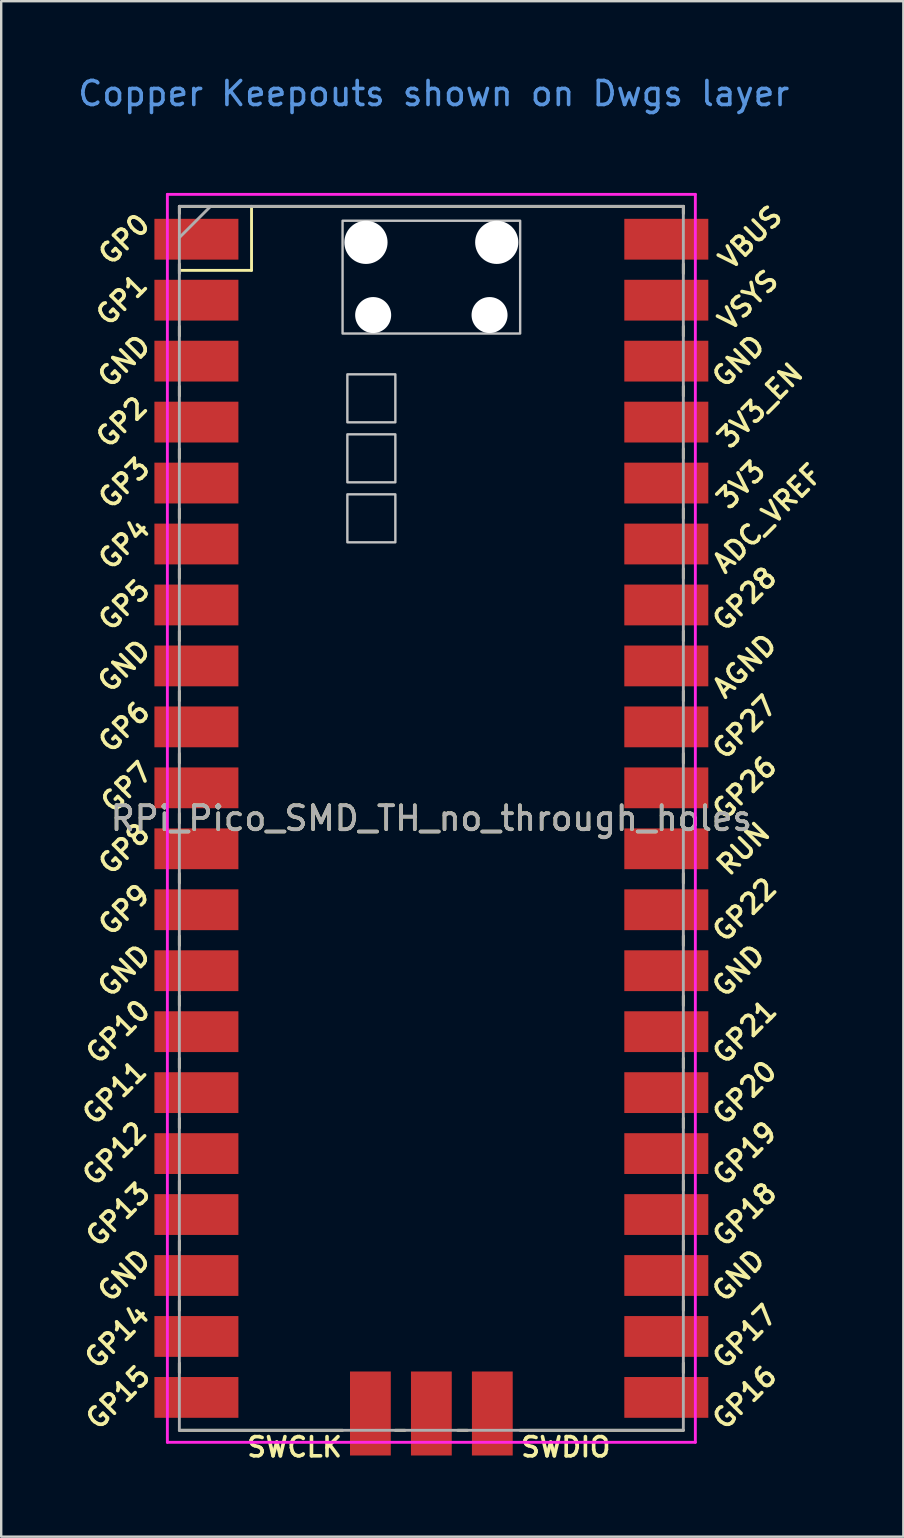
<source format=kicad_pcb>
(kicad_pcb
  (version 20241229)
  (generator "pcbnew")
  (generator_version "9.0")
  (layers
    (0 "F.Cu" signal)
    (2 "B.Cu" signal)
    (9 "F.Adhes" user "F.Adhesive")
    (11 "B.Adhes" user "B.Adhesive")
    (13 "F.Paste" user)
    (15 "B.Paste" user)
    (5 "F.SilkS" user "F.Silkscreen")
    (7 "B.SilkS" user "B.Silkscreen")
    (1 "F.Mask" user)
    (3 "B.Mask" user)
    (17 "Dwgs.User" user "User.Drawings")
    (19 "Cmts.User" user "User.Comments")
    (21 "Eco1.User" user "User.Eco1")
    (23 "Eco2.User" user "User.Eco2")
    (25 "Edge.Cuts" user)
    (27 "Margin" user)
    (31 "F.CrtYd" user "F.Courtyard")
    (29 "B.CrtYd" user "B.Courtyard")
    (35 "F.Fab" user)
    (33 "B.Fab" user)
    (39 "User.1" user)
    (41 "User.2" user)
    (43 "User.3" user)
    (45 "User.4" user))
  (footprint "RPi_Pico_SMD_TH_no_through_holes"
    (layer "F.Cu")
    (at 14.924 31.048)
    (property "Reference" "RPi_Pico_SMD_TH_no_through_holes" (at 0 0 0) (layer "F.SilkS") (effects (font (size 1 1) (thickness 0.15))))
    (attr through_hole)
    (fp_line (start -10.5 -25.5) (end -10.5 -25.2) (stroke (width 0.12) (type solid)) (layer "F.SilkS"))
    (fp_line (start -10.5 -25.5) (end 10.5 -25.5) (stroke (width 0.12) (type solid)) (layer "F.SilkS"))
    (fp_line (start -10.5 -23.1) (end -10.5 -22.7) (stroke (width 0.12) (type solid)) (layer "F.SilkS"))
    (fp_line (start -10.5 -22.833) (end -7.493 -22.833) (stroke (width 0.12) (type solid)) (layer "F.SilkS"))
    (fp_line (start -10.5 -20.5) (end -10.5 -20.1) (stroke (width 0.12) (type solid)) (layer "F.SilkS"))
    (fp_line (start -10.5 -18) (end -10.5 -17.6) (stroke (width 0.12) (type solid)) (layer "F.SilkS"))
    (fp_line (start -10.5 -15.4) (end -10.5 -15) (stroke (width 0.12) (type solid)) (layer "F.SilkS"))
    (fp_line (start -10.5 -12.9) (end -10.5 -12.5) (stroke (width 0.12) (type solid)) (layer "F.SilkS"))
    (fp_line (start -10.5 -10.4) (end -10.5 -10) (stroke (width 0.12) (type solid)) (layer "F.SilkS"))
    (fp_line (start -10.5 -7.8) (end -10.5 -7.4) (stroke (width 0.12) (type solid)) (layer "F.SilkS"))
    (fp_line (start -10.5 -5.3) (end -10.5 -4.9) (stroke (width 0.12) (type solid)) (layer "F.SilkS"))
    (fp_line (start -10.5 -2.7) (end -10.5 -2.3) (stroke (width 0.12) (type solid)) (layer "F.SilkS"))
    (fp_line (start -10.5 -0.2) (end -10.5 0.2) (stroke (width 0.12) (type solid)) (layer "F.SilkS"))
    (fp_line (start -10.5 2.3) (end -10.5 2.7) (stroke (width 0.12) (type solid)) (layer "F.SilkS"))
    (fp_line (start -10.5 4.9) (end -10.5 5.3) (stroke (width 0.12) (type solid)) (layer "F.SilkS"))
    (fp_line (start -10.5 7.4) (end -10.5 7.8) (stroke (width 0.12) (type solid)) (layer "F.SilkS"))
    (fp_line (start -10.5 10) (end -10.5 10.4) (stroke (width 0.12) (type solid)) (layer "F.SilkS"))
    (fp_line (start -10.5 12.5) (end -10.5 12.9) (stroke (width 0.12) (type solid)) (layer "F.SilkS"))
    (fp_line (start -10.5 15.1) (end -10.5 15.5) (stroke (width 0.12) (type solid)) (layer "F.SilkS"))
    (fp_line (start -10.5 17.6) (end -10.5 18) (stroke (width 0.12) (type solid)) (layer "F.SilkS"))
    (fp_line (start -10.5 20.1) (end -10.5 20.5) (stroke (width 0.12) (type solid)) (layer "F.SilkS"))
    (fp_line (start -10.5 22.7) (end -10.5 23.1) (stroke (width 0.12) (type solid)) (layer "F.SilkS"))
    (fp_line (start -7.493 -22.833) (end -7.493 -25.5) (stroke (width 0.12) (type solid)) (layer "F.SilkS"))
    (fp_line (start -3.7 25.5) (end -10.5 25.5) (stroke (width 0.12) (type solid)) (layer "F.SilkS"))
    (fp_line (start -1.5 25.5) (end -1.1 25.5) (stroke (width 0.12) (type solid)) (layer "F.SilkS"))
    (fp_line (start 1.1 25.5) (end 1.5 25.5) (stroke (width 0.12) (type solid)) (layer "F.SilkS"))
    (fp_line (start 10.5 -25.5) (end 10.5 -25.2) (stroke (width 0.12) (type solid)) (layer "F.SilkS"))
    (fp_line (start 10.5 -23.1) (end 10.5 -22.7) (stroke (width 0.12) (type solid)) (layer "F.SilkS"))
    (fp_line (start 10.5 -20.5) (end 10.5 -20.1) (stroke (width 0.12) (type solid)) (layer "F.SilkS"))
    (fp_line (start 10.5 -18) (end 10.5 -17.6) (stroke (width 0.12) (type solid)) (layer "F.SilkS"))
    (fp_line (start 10.5 -15.4) (end 10.5 -15) (stroke (width 0.12) (type solid)) (layer "F.SilkS"))
    (fp_line (start 10.5 -12.9) (end 10.5 -12.5) (stroke (width 0.12) (type solid)) (layer "F.SilkS"))
    (fp_line (start 10.5 -10.4) (end 10.5 -10) (stroke (width 0.12) (type solid)) (layer "F.SilkS"))
    (fp_line (start 10.5 -7.8) (end 10.5 -7.4) (stroke (width 0.12) (type solid)) (layer "F.SilkS"))
    (fp_line (start 10.5 -5.3) (end 10.5 -4.9) (stroke (width 0.12) (type solid)) (layer "F.SilkS"))
    (fp_line (start 10.5 -2.7) (end 10.5 -2.3) (stroke (width 0.12) (type solid)) (layer "F.SilkS"))
    (fp_line (start 10.5 -0.2) (end 10.5 0.2) (stroke (width 0.12) (type solid)) (layer "F.SilkS"))
    (fp_line (start 10.5 2.3) (end 10.5 2.7) (stroke (width 0.12) (type solid)) (layer "F.SilkS"))
    (fp_line (start 10.5 4.9) (end 10.5 5.3) (stroke (width 0.12) (type solid)) (layer "F.SilkS"))
    (fp_line (start 10.5 7.4) (end 10.5 7.8) (stroke (width 0.12) (type solid)) (layer "F.SilkS"))
    (fp_line (start 10.5 10) (end 10.5 10.4) (stroke (width 0.12) (type solid)) (layer "F.SilkS"))
    (fp_line (start 10.5 12.5) (end 10.5 12.9) (stroke (width 0.12) (type solid)) (layer "F.SilkS"))
    (fp_line (start 10.5 15.1) (end 10.5 15.5) (stroke (width 0.12) (type solid)) (layer "F.SilkS"))
    (fp_line (start 10.5 17.6) (end 10.5 18) (stroke (width 0.12) (type solid)) (layer "F.SilkS"))
    (fp_line (start 10.5 20.1) (end 10.5 20.5) (stroke (width 0.12) (type solid)) (layer "F.SilkS"))
    (fp_line (start 10.5 22.7) (end 10.5 23.1) (stroke (width 0.12) (type solid)) (layer "F.SilkS"))
    (fp_line (start 10.5 25.5) (end 3.7 25.5) (stroke (width 0.12) (type solid)) (layer "F.SilkS"))
    (fp_poly (pts (xy -1.5 -16.5) (xy -3.5 -16.5) (xy -3.5 -18.5) (xy -1.5 -18.5)) (stroke (width 0.1) (type solid)) (fill no) (layer "Dwgs.User"))
    (fp_poly (pts (xy -1.5 -14) (xy -3.5 -14) (xy -3.5 -16) (xy -1.5 -16)) (stroke (width 0.1) (type solid)) (fill no) (layer "Dwgs.User"))
    (fp_poly (pts (xy -1.5 -11.5) (xy -3.5 -11.5) (xy -3.5 -13.5) (xy -1.5 -13.5)) (stroke (width 0.1) (type solid)) (fill no) (layer "Dwgs.User"))
    (fp_poly (pts (xy 3.7 -20.2) (xy -3.7 -20.2) (xy -3.7 -24.9) (xy 3.7 -24.9)) (stroke (width 0.1) (type solid)) (fill no) (layer "Dwgs.User"))
    (fp_line (start -11 -26) (end 11 -26) (stroke (width 0.12) (type solid)) (layer "F.CrtYd"))
    (fp_line (start -11 26) (end -11 -26) (stroke (width 0.12) (type solid)) (layer "F.CrtYd"))
    (fp_line (start 11 -26) (end 11 26) (stroke (width 0.12) (type solid)) (layer "F.CrtYd"))
    (fp_line (start 11 26) (end -11 26) (stroke (width 0.12) (type solid)) (layer "F.CrtYd"))
    (fp_line (start -10.5 -25.5) (end 10.5 -25.5) (stroke (width 0.12) (type solid)) (layer "F.Fab"))
    (fp_line (start -10.5 -24.2) (end -9.2 -25.5) (stroke (width 0.12) (type solid)) (layer "F.Fab"))
    (fp_line (start -10.5 25.5) (end -10.5 -25.5) (stroke (width 0.12) (type solid)) (layer "F.Fab"))
    (fp_line (start 10.5 -25.5) (end 10.5 25.5) (stroke (width 0.12) (type solid)) (layer "F.Fab"))
    (fp_line (start 10.5 25.5) (end -10.5 25.5) (stroke (width 0.12) (type solid)) (layer "F.Fab"))
    (fp_text user "GP0" (at -12.8 -24.13 45) (layer "F.SilkS") (effects (font (size 0.8 0.8) (thickness 0.15))))
    (fp_text user "GND" (at -12.8 -6.35 45) (layer "F.SilkS") (effects (font (size 0.8 0.8) (thickness 0.15))))
    (fp_text user "GP28" (at 13.054 -9.144 45) (layer "F.SilkS") (effects (font (size 0.8 0.8) (thickness 0.15))))
    (fp_text user "RUN" (at 13 1.27 45) (layer "F.SilkS") (effects (font (size 0.8 0.8) (thickness 0.15))))
    (fp_text user "GP26" (at 13.054 -1.27 45) (layer "F.SilkS") (effects (font (size 0.8 0.8) (thickness 0.15))))
    (fp_text user "GP27" (at 13.054 -3.8 45) (layer "F.SilkS") (effects (font (size 0.8 0.8) (thickness 0.15))))
    (fp_text user "GP2" (at -12.9 -16.51 45) (layer "F.SilkS") (effects (font (size 0.8 0.8) (thickness 0.15))))
    (fp_text user "SWCLK" (at -5.7 26.2 0) (layer "F.SilkS") (effects (font (size 0.8 0.8) (thickness 0.15))))
    (fp_text user "GP15" (at -13.054 24.13 45) (layer "F.SilkS") (effects (font (size 0.8 0.8) (thickness 0.15))))
    (fp_text user "GP20" (at 13.054 11.43 45) (layer "F.SilkS") (effects (font (size 0.8 0.8) (thickness 0.15))))
    (fp_text user "GP10" (at -13.054 8.89 45) (layer "F.SilkS") (effects (font (size 0.8 0.8) (thickness 0.15))))
    (fp_text user "GP8" (at -12.8 1.27 45) (layer "F.SilkS") (effects (font (size 0.8 0.8) (thickness 0.15))))
    (fp_text user "GP13" (at -13.054 16.51 45) (layer "F.SilkS") (effects (font (size 0.8 0.8) (thickness 0.15))))
    (fp_text user "GP4" (at -12.8 -11.43 45) (layer "F.SilkS") (effects (font (size 0.8 0.8) (thickness 0.15))))
    (fp_text user "GP17" (at 13.054 21.59 45) (layer "F.SilkS") (effects (font (size 0.8 0.8) (thickness 0.15))))
    (fp_text user "GP7" (at -12.7 -1.3 45) (layer "F.SilkS") (effects (font (size 0.8 0.8) (thickness 0.15))))
    (fp_text user "GND" (at -12.8 -19.05 45) (layer "F.SilkS") (effects (font (size 0.8 0.8) (thickness 0.15))))
    (fp_text user "GND" (at 12.8 6.35 45) (layer "F.SilkS") (effects (font (size 0.8 0.8) (thickness 0.15))))
    (fp_text user "VBUS" (at 13.3 -24.2 45) (layer "F.SilkS") (effects (font (size 0.8 0.8) (thickness 0.15))))
    (fp_text user "GP5" (at -12.8 -8.89 45) (layer "F.SilkS") (effects (font (size 0.8 0.8) (thickness 0.15))))
    (fp_text user "ADC_VREF" (at 14 -12.5 45) (layer "F.SilkS") (effects (font (size 0.8 0.8) (thickness 0.15))))
    (fp_text user "GP12" (at -13.2 13.97 45) (layer "F.SilkS") (effects (font (size 0.8 0.8) (thickness 0.15))))
    (fp_text user "SWDIO" (at 5.6 26.2 0) (layer "F.SilkS") (effects (font (size 0.8 0.8) (thickness 0.15))))
    (fp_text user "GND" (at -12.8 19.05 45) (layer "F.SilkS") (effects (font (size 0.8 0.8) (thickness 0.15))))
    (fp_text user "GP21" (at 13.054 8.9 45) (layer "F.SilkS") (effects (font (size 0.8 0.8) (thickness 0.15))))
    (fp_text user "GND" (at 12.8 -19.05 45) (layer "F.SilkS") (effects (font (size 0.8 0.8) (thickness 0.15))))
    (fp_text user "AGND" (at 13.054 -6.35 45) (layer "F.SilkS") (effects (font (size 0.8 0.8) (thickness 0.15))))
    (fp_text user "GP19" (at 13.054 13.97 45) (layer "F.SilkS") (effects (font (size 0.8 0.8) (thickness 0.15))))
    (fp_text user "GP18" (at 13.054 16.51 45) (layer "F.SilkS") (effects (font (size 0.8 0.8) (thickness 0.15))))
    (fp_text user "GP22" (at 13.054 3.81 45) (layer "F.SilkS") (effects (font (size 0.8 0.8) (thickness 0.15))))
    (fp_text user "GP3" (at -12.8 -13.97 45) (layer "F.SilkS") (effects (font (size 0.8 0.8) (thickness 0.15))))
    (fp_text user "GND" (at 12.8 19.05 45) (layer "F.SilkS") (effects (font (size 0.8 0.8) (thickness 0.15))))
    (fp_text user "GP11" (at -13.2 11.43 45) (layer "F.SilkS") (effects (font (size 0.8 0.8) (thickness 0.15))))
    (fp_text user "GND" (at -12.8 6.35 45) (layer "F.SilkS") (effects (font (size 0.8 0.8) (thickness 0.15))))
    (fp_text user "VSYS" (at 13.2 -21.59 45) (layer "F.SilkS") (effects (font (size 0.8 0.8) (thickness 0.15))))
    (fp_text user "GP6" (at -12.8 -3.81 45) (layer "F.SilkS") (effects (font (size 0.8 0.8) (thickness 0.15))))
    (fp_text user "GP9" (at -12.8 3.81 45) (layer "F.SilkS") (effects (font (size 0.8 0.8) (thickness 0.15))))
    (fp_text user "GP14" (at -13.1 21.59 45) (layer "F.SilkS") (effects (font (size 0.8 0.8) (thickness 0.15))))
    (fp_text user "3V3_EN" (at 13.7 -17.2 45) (layer "F.SilkS") (effects (font (size 0.8 0.8) (thickness 0.15))))
    (fp_text user "3V3" (at 12.9 -13.9 45) (layer "F.SilkS") (effects (font (size 0.8 0.8) (thickness 0.15))))
    (fp_text user "GP16" (at 13.054 24.13 45) (layer "F.SilkS") (effects (font (size 0.8 0.8) (thickness 0.15))))
    (fp_text user "GP1" (at -12.9 -21.6 45) (layer "F.SilkS") (effects (font (size 0.8 0.8) (thickness 0.15))))
    (fp_text user "Copper Keepouts shown on Dwgs layer" (at 0.1 -30.2 0) (layer "Cmts.User") (effects (font (size 1 1) (thickness 0.15))))
    (fp_text user "${REFERENCE}" (at 0 0 180) (layer "F.Fab") (effects (font (size 1 1) (thickness 0.15))))
    (pad "" np_thru_hole oval (at -2.725 -24) (size 1.8 1.8) (drill 1.8) (layers "*.Cu" "*.Mask"))
    (pad "" np_thru_hole oval (at -2.425 -20.97) (size 1.5 1.5) (drill 1.5) (layers "*.Cu" "*.Mask"))
    (pad "" np_thru_hole oval (at 2.425 -20.97) (size 1.5 1.5) (drill 1.5) (layers "*.Cu" "*.Mask"))
    (pad "" np_thru_hole oval (at 2.725 -24) (size 1.8 1.8) (drill 1.8) (layers "*.Cu" "*.Mask"))
    (pad "1" smd rect (at -8.89 -24.13) (size 3.5 1.7) (drill (offset -0.9 0)) (layers "F.Cu" "F.Mask"))
    (pad "2" smd rect (at -8.89 -21.59) (size 3.5 1.7) (drill (offset -0.9 0)) (layers "F.Cu" "F.Mask"))
    (pad "3" smd rect (at -8.89 -19.05) (size 3.5 1.7) (drill (offset -0.9 0)) (layers "F.Cu" "F.Mask"))
    (pad "4" smd rect (at -8.89 -16.51) (size 3.5 1.7) (drill (offset -0.9 0)) (layers "F.Cu" "F.Mask"))
    (pad "5" smd rect (at -8.89 -13.97) (size 3.5 1.7) (drill (offset -0.9 0)) (layers "F.Cu" "F.Mask"))
    (pad "6" smd rect (at -8.89 -11.43) (size 3.5 1.7) (drill (offset -0.9 0)) (layers "F.Cu" "F.Mask"))
    (pad "7" smd rect (at -8.89 -8.89) (size 3.5 1.7) (drill (offset -0.9 0)) (layers "F.Cu" "F.Mask"))
    (pad "8" smd rect (at -8.89 -6.35) (size 3.5 1.7) (drill (offset -0.9 0)) (layers "F.Cu" "F.Mask"))
    (pad "9" smd rect (at -8.89 -3.81) (size 3.5 1.7) (drill (offset -0.9 0)) (layers "F.Cu" "F.Mask"))
    (pad "10" smd rect (at -8.89 -1.27) (size 3.5 1.7) (drill (offset -0.9 0)) (layers "F.Cu" "F.Mask"))
    (pad "11" smd rect (at -8.89 1.27) (size 3.5 1.7) (drill (offset -0.9 0)) (layers "F.Cu" "F.Mask"))
    (pad "12" smd rect (at -8.89 3.81) (size 3.5 1.7) (drill (offset -0.9 0)) (layers "F.Cu" "F.Mask"))
    (pad "13" smd rect (at -8.89 6.35) (size 3.5 1.7) (drill (offset -0.9 0)) (layers "F.Cu" "F.Mask"))
    (pad "14" smd rect (at -8.89 8.89) (size 3.5 1.7) (drill (offset -0.9 0)) (layers "F.Cu" "F.Mask"))
    (pad "15" smd rect (at -8.89 11.43) (size 3.5 1.7) (drill (offset -0.9 0)) (layers "F.Cu" "F.Mask"))
    (pad "16" smd rect (at -8.89 13.97) (size 3.5 1.7) (drill (offset -0.9 0)) (layers "F.Cu" "F.Mask"))
    (pad "17" smd rect (at -8.89 16.51) (size 3.5 1.7) (drill (offset -0.9 0)) (layers "F.Cu" "F.Mask"))
    (pad "18" smd rect (at -8.89 19.05) (size 3.5 1.7) (drill (offset -0.9 0)) (layers "F.Cu" "F.Mask"))
    (pad "19" smd rect (at -8.89 21.59) (size 3.5 1.7) (drill (offset -0.9 0)) (layers "F.Cu" "F.Mask"))
    (pad "20" smd rect (at -8.89 24.13) (size 3.5 1.7) (drill (offset -0.9 0)) (layers "F.Cu" "F.Mask"))
    (pad "21" smd rect (at 8.89 24.13) (size 3.5 1.7) (drill (offset 0.9 0)) (layers "F.Cu" "F.Mask"))
    (pad "22" smd rect (at 8.89 21.59) (size 3.5 1.7) (drill (offset 0.9 0)) (layers "F.Cu" "F.Mask"))
    (pad "23" smd rect (at 8.89 19.05) (size 3.5 1.7) (drill (offset 0.9 0)) (layers "F.Cu" "F.Mask"))
    (pad "24" smd rect (at 8.89 16.51) (size 3.5 1.7) (drill (offset 0.9 0)) (layers "F.Cu" "F.Mask"))
    (pad "25" smd rect (at 8.89 13.97) (size 3.5 1.7) (drill (offset 0.9 0)) (layers "F.Cu" "F.Mask"))
    (pad "26" smd rect (at 8.89 11.43) (size 3.5 1.7) (drill (offset 0.9 0)) (layers "F.Cu" "F.Mask"))
    (pad "27" smd rect (at 8.89 8.89) (size 3.5 1.7) (drill (offset 0.9 0)) (layers "F.Cu" "F.Mask"))
    (pad "28" smd rect (at 8.89 6.35) (size 3.5 1.7) (drill (offset 0.9 0)) (layers "F.Cu" "F.Mask"))
    (pad "29" smd rect (at 8.89 3.81) (size 3.5 1.7) (drill (offset 0.9 0)) (layers "F.Cu" "F.Mask"))
    (pad "30" smd rect (at 8.89 1.27) (size 3.5 1.7) (drill (offset 0.9 0)) (layers "F.Cu" "F.Mask"))
    (pad "31" smd rect (at 8.89 -1.27) (size 3.5 1.7) (drill (offset 0.9 0)) (layers "F.Cu" "F.Mask"))
    (pad "32" smd rect (at 8.89 -3.81) (size 3.5 1.7) (drill (offset 0.9 0)) (layers "F.Cu" "F.Mask"))
    (pad "33" smd rect (at 8.89 -6.35) (size 3.5 1.7) (drill (offset 0.9 0)) (layers "F.Cu" "F.Mask"))
    (pad "34" smd rect (at 8.89 -8.89) (size 3.5 1.7) (drill (offset 0.9 0)) (layers "F.Cu" "F.Mask"))
    (pad "35" smd rect (at 8.89 -11.43) (size 3.5 1.7) (drill (offset 0.9 0)) (layers "F.Cu" "F.Mask"))
    (pad "36" smd rect (at 8.89 -13.97) (size 3.5 1.7) (drill (offset 0.9 0)) (layers "F.Cu" "F.Mask"))
    (pad "37" smd rect (at 8.89 -16.51) (size 3.5 1.7) (drill (offset 0.9 0)) (layers "F.Cu" "F.Mask"))
    (pad "38" smd rect (at 8.89 -19.05) (size 3.5 1.7) (drill (offset 0.9 0)) (layers "F.Cu" "F.Mask"))
    (pad "39" smd rect (at 8.89 -21.59) (size 3.5 1.7) (drill (offset 0.9 0)) (layers "F.Cu" "F.Mask"))
    (pad "40" smd rect (at 8.89 -24.13) (size 3.5 1.7) (drill (offset 0.9 0)) (layers "F.Cu" "F.Mask"))
    (pad "41" smd rect (at -2.54 23.9 90) (size 3.5 1.7) (drill (offset -0.9 0)) (layers "F.Cu" "F.Mask"))
    (pad "42" smd rect (at 0 23.9 90) (size 3.5 1.7) (drill (offset -0.9 0)) (layers "F.Cu" "F.Mask"))
    (pad "43" smd rect (at 2.54 23.9 90) (size 3.5 1.7) (drill (offset -0.9 0)) (layers "F.Cu" "F.Mask")))
  (gr_rect
    (start -3 -3)
    (end 34.591 60.98)
    (stroke (width 0.1) (type default))
    (fill no)
    (layer "Edge.Cuts")))
</source>
